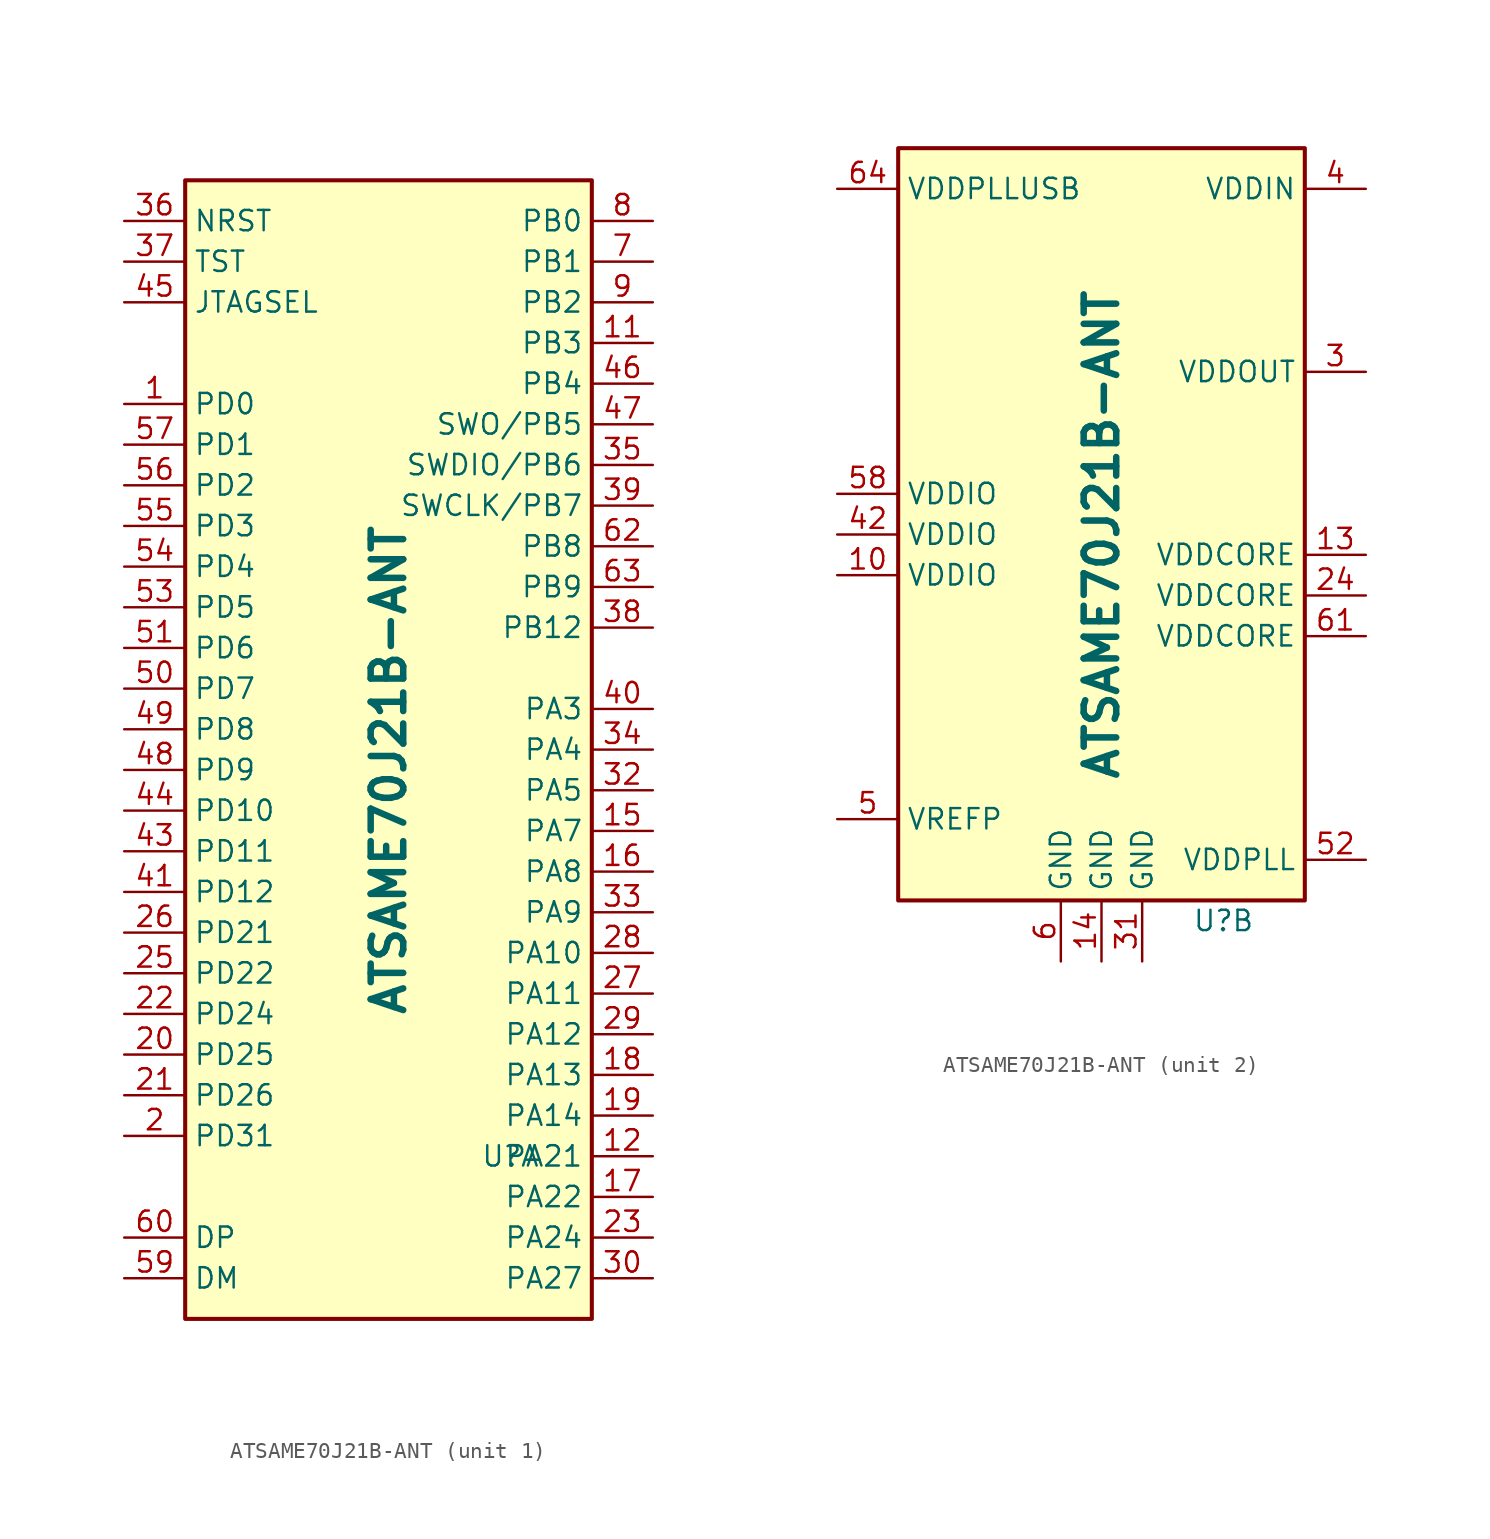
<source format=kicad_sym>
(kicad_symbol_lib
  (version 20231120)
  (generator "kicad_symbol_editor")
  (generator_version "8.0")
  (symbol "ATSAME70J21B-ANT"
    (property "Reference" "U"
      (at 7.62 -24.13 0)
      (effects (font (size 1.27 1.27))))
    (property "Value" "ATSAME70J21B-ANT"
      (at 0 0 90)
      (effects (font (size 2.032 2.032) (bold yes))))
    (symbol "ATSAME70J21B-ANT_1_1"
      (rectangle (start -12.7 36.83) (end 12.7 -34.29) (stroke (width 0.254) (type default)) (fill (type background)))
      (pin passive line (at -16.51 22.86 0) (length 3.81) (name "PD0" (effects (font (size 1.27 1.27)))) (number "1" (effects (font (size 1.27 1.27)))))
      (pin passive line (at 16.51 26.67 180) (length 3.81) (name "PB3" (effects (font (size 1.27 1.27)))) (number "11" (effects (font (size 1.27 1.27)))))
      (pin passive line (at 16.51 -24.13 180) (length 3.81) (name "PA21" (effects (font (size 1.27 1.27)))) (number "12" (effects (font (size 1.27 1.27)))))
      (pin passive line (at 16.51 -3.81 180) (length 3.81) (name "PA7" (effects (font (size 1.27 1.27)))) (number "15" (effects (font (size 1.27 1.27)))))
      (pin passive line (at 16.51 -6.35 180) (length 3.81) (name "PA8" (effects (font (size 1.27 1.27)))) (number "16" (effects (font (size 1.27 1.27)))))
      (pin passive line (at 16.51 -26.67 180) (length 3.81) (name "PA22" (effects (font (size 1.27 1.27)))) (number "17" (effects (font (size 1.27 1.27)))))
      (pin passive line (at 16.51 -19.05 180) (length 3.81) (name "PA13" (effects (font (size 1.27 1.27)))) (number "18" (effects (font (size 1.27 1.27)))))
      (pin passive line (at 16.51 -21.59 180) (length 3.81) (name "PA14" (effects (font (size 1.27 1.27)))) (number "19" (effects (font (size 1.27 1.27)))))
      (pin passive line (at -16.51 -22.86 0) (length 3.81) (name "PD31" (effects (font (size 1.27 1.27)))) (number "2" (effects (font (size 1.27 1.27)))))
      (pin passive line (at -16.51 -17.78 0) (length 3.81) (name "PD25" (effects (font (size 1.27 1.27)))) (number "20" (effects (font (size 1.27 1.27)))))
      (pin passive line (at -16.51 -20.32 0) (length 3.81) (name "PD26" (effects (font (size 1.27 1.27)))) (number "21" (effects (font (size 1.27 1.27)))))
      (pin passive line (at -16.51 -15.24 0) (length 3.81) (name "PD24" (effects (font (size 1.27 1.27)))) (number "22" (effects (font (size 1.27 1.27)))))
      (pin passive line (at 16.51 -29.21 180) (length 3.81) (name "PA24" (effects (font (size 1.27 1.27)))) (number "23" (effects (font (size 1.27 1.27)))))
      (pin passive line (at -16.51 -12.7 0) (length 3.81) (name "PD22" (effects (font (size 1.27 1.27)))) (number "25" (effects (font (size 1.27 1.27)))))
      (pin passive line (at -16.51 -10.16 0) (length 3.81) (name "PD21" (effects (font (size 1.27 1.27)))) (number "26" (effects (font (size 1.27 1.27)))))
      (pin passive line (at 16.51 -13.97 180) (length 3.81) (name "PA11" (effects (font (size 1.27 1.27)))) (number "27" (effects (font (size 1.27 1.27)))))
      (pin passive line (at 16.51 -11.43 180) (length 3.81) (name "PA10" (effects (font (size 1.27 1.27)))) (number "28" (effects (font (size 1.27 1.27)))))
      (pin passive line (at 16.51 -16.51 180) (length 3.81) (name "PA12" (effects (font (size 1.27 1.27)))) (number "29" (effects (font (size 1.27 1.27)))))
      (pin passive line (at 16.51 -31.75 180) (length 3.81) (name "PA27" (effects (font (size 1.27 1.27)))) (number "30" (effects (font (size 1.27 1.27)))))
      (pin passive line (at 16.51 -1.27 180) (length 3.81) (name "PA5" (effects (font (size 1.27 1.27)))) (number "32" (effects (font (size 1.27 1.27)))))
      (pin passive line (at 16.51 -8.89 180) (length 3.81) (name "PA9" (effects (font (size 1.27 1.27)))) (number "33" (effects (font (size 1.27 1.27)))))
      (pin passive line (at 16.51 1.27 180) (length 3.81) (name "PA4" (effects (font (size 1.27 1.27)))) (number "34" (effects (font (size 1.27 1.27)))))
      (pin passive line (at 16.51 19.05 180) (length 3.81) (name "SWDIO/PB6" (effects (font (size 1.27 1.27)))) (number "35" (effects (font (size 1.27 1.27)))))
      (pin passive line (at -16.51 34.29 0) (length 3.81) (name "NRST" (effects (font (size 1.27 1.27)))) (number "36" (effects (font (size 1.27 1.27)))))
      (pin passive line (at -16.51 31.75 0) (length 3.81) (name "TST" (effects (font (size 1.27 1.27)))) (number "37" (effects (font (size 1.27 1.27)))))
      (pin passive line (at 16.51 8.89 180) (length 3.81) (name "PB12" (effects (font (size 1.27 1.27)))) (number "38" (effects (font (size 1.27 1.27)))))
      (pin passive line (at 16.51 16.51 180) (length 3.81) (name "SWCLK/PB7" (effects (font (size 1.27 1.27)))) (number "39" (effects (font (size 1.27 1.27)))))
      (pin passive line (at 16.51 3.81 180) (length 3.81) (name "PA3" (effects (font (size 1.27 1.27)))) (number "40" (effects (font (size 1.27 1.27)))))
      (pin passive line (at -16.51 -7.62 0) (length 3.81) (name "PD12" (effects (font (size 1.27 1.27)))) (number "41" (effects (font (size 1.27 1.27)))))
      (pin passive line (at -16.51 -5.08 0) (length 3.81) (name "PD11" (effects (font (size 1.27 1.27)))) (number "43" (effects (font (size 1.27 1.27)))))
      (pin passive line (at -16.51 -2.54 0) (length 3.81) (name "PD10" (effects (font (size 1.27 1.27)))) (number "44" (effects (font (size 1.27 1.27)))))
      (pin passive line (at -16.51 29.21 0) (length 3.81) (name "JTAGSEL" (effects (font (size 1.27 1.27)))) (number "45" (effects (font (size 1.27 1.27)))))
      (pin passive line (at 16.51 24.13 180) (length 3.81) (name "PB4" (effects (font (size 1.27 1.27)))) (number "46" (effects (font (size 1.27 1.27)))))
      (pin passive line (at 16.51 21.59 180) (length 3.81) (name "SWO/PB5" (effects (font (size 1.27 1.27)))) (number "47" (effects (font (size 1.27 1.27)))))
      (pin passive line (at -16.51 0 0) (length 3.81) (name "PD9" (effects (font (size 1.27 1.27)))) (number "48" (effects (font (size 1.27 1.27)))))
      (pin passive line (at -16.51 2.54 0) (length 3.81) (name "PD8" (effects (font (size 1.27 1.27)))) (number "49" (effects (font (size 1.27 1.27)))))
      (pin passive line (at -16.51 5.08 0) (length 3.81) (name "PD7" (effects (font (size 1.27 1.27)))) (number "50" (effects (font (size 1.27 1.27)))))
      (pin passive line (at -16.51 7.62 0) (length 3.81) (name "PD6" (effects (font (size 1.27 1.27)))) (number "51" (effects (font (size 1.27 1.27)))))
      (pin passive line (at -16.51 10.16 0) (length 3.81) (name "PD5" (effects (font (size 1.27 1.27)))) (number "53" (effects (font (size 1.27 1.27)))))
      (pin passive line (at -16.51 12.7 0) (length 3.81) (name "PD4" (effects (font (size 1.27 1.27)))) (number "54" (effects (font (size 1.27 1.27)))))
      (pin passive line (at -16.51 15.24 0) (length 3.81) (name "PD3" (effects (font (size 1.27 1.27)))) (number "55" (effects (font (size 1.27 1.27)))))
      (pin passive line (at -16.51 17.78 0) (length 3.81) (name "PD2" (effects (font (size 1.27 1.27)))) (number "56" (effects (font (size 1.27 1.27)))))
      (pin passive line (at -16.51 20.32 0) (length 3.81) (name "PD1" (effects (font (size 1.27 1.27)))) (number "57" (effects (font (size 1.27 1.27)))))
      (pin passive line (at -16.51 -31.75 0) (length 3.81) (name "DM" (effects (font (size 1.27 1.27)))) (number "59" (effects (font (size 1.27 1.27)))))
      (pin passive line (at -16.51 -29.21 0) (length 3.81) (name "DP" (effects (font (size 1.27 1.27)))) (number "60" (effects (font (size 1.27 1.27)))))
      (pin passive line (at 16.51 13.97 180) (length 3.81) (name "PB8" (effects (font (size 1.27 1.27)))) (number "62" (effects (font (size 1.27 1.27)))))
      (pin passive line (at 16.51 11.43 180) (length 3.81) (name "PB9" (effects (font (size 1.27 1.27)))) (number "63" (effects (font (size 1.27 1.27)))))
      (pin passive line (at 16.51 31.75 180) (length 3.81) (name "PB1" (effects (font (size 1.27 1.27)))) (number "7" (effects (font (size 1.27 1.27)))))
      (pin passive line (at 16.51 34.29 180) (length 3.81) (name "PB0" (effects (font (size 1.27 1.27)))) (number "8" (effects (font (size 1.27 1.27)))))
      (pin passive line (at 16.51 29.21 180) (length 3.81) (name "PB2" (effects (font (size 1.27 1.27)))) (number "9" (effects (font (size 1.27 1.27))))))
    (symbol "ATSAME70J21B-ANT_2_1"
      (rectangle (start -12.7 24.13) (end 12.7 -22.86) (stroke (width 0.254) (type default)) (fill (type background)))
      (pin passive line (at -16.51 -2.54 0) (length 3.81) (name "VDDIO" (effects (font (size 1.27 1.27)))) (number "10" (effects (font (size 1.27 1.27)))))
      (pin passive line (at 16.51 -1.27 180) (length 3.81) (name "VDDCORE" (effects (font (size 1.27 1.27)))) (number "13" (effects (font (size 1.27 1.27)))))
      (pin passive line (at 0 -26.67 90) (length 3.81) (name "GND" (effects (font (size 1.27 1.27)))) (number "14" (effects (font (size 1.27 1.27)))))
      (pin passive line (at 16.51 -3.81 180) (length 3.81) (name "VDDCORE" (effects (font (size 1.27 1.27)))) (number "24" (effects (font (size 1.27 1.27)))))
      (pin passive line (at 16.51 10.16 180) (length 3.81) (name "VDDOUT" (effects (font (size 1.27 1.27)))) (number "3" (effects (font (size 1.27 1.27)))))
      (pin passive line (at 2.54 -26.67 90) (length 3.81) (name "GND" (effects (font (size 1.27 1.27)))) (number "31" (effects (font (size 1.27 1.27)))))
      (pin passive line (at 16.51 21.59 180) (length 3.81) (name "VDDIN" (effects (font (size 1.27 1.27)))) (number "4" (effects (font (size 1.27 1.27)))))
      (pin passive line (at -16.51 0 0) (length 3.81) (name "VDDIO" (effects (font (size 1.27 1.27)))) (number "42" (effects (font (size 1.27 1.27)))))
      (pin passive line (at -16.51 -17.78 0) (length 3.81) (name "VREFP" (effects (font (size 1.27 1.27)))) (number "5" (effects (font (size 1.27 1.27)))))
      (pin passive line (at 16.51 -20.32 180) (length 3.81) (name "VDDPLL" (effects (font (size 1.27 1.27)))) (number "52" (effects (font (size 1.27 1.27)))))
      (pin passive line (at -16.51 2.54 0) (length 3.81) (name "VDDIO" (effects (font (size 1.27 1.27)))) (number "58" (effects (font (size 1.27 1.27)))))
      (pin passive line (at -2.54 -26.67 90) (length 3.81) (name "GND" (effects (font (size 1.27 1.27)))) (number "6" (effects (font (size 1.27 1.27)))))
      (pin passive line (at 16.51 -6.35 180) (length 3.81) (name "VDDCORE" (effects (font (size 1.27 1.27)))) (number "61" (effects (font (size 1.27 1.27)))))
      (pin passive line (at -16.51 21.59 0) (length 3.81) (name "VDDPLLUSB" (effects (font (size 1.27 1.27)))) (number "64" (effects (font (size 1.27 1.27))))))))
</source>
